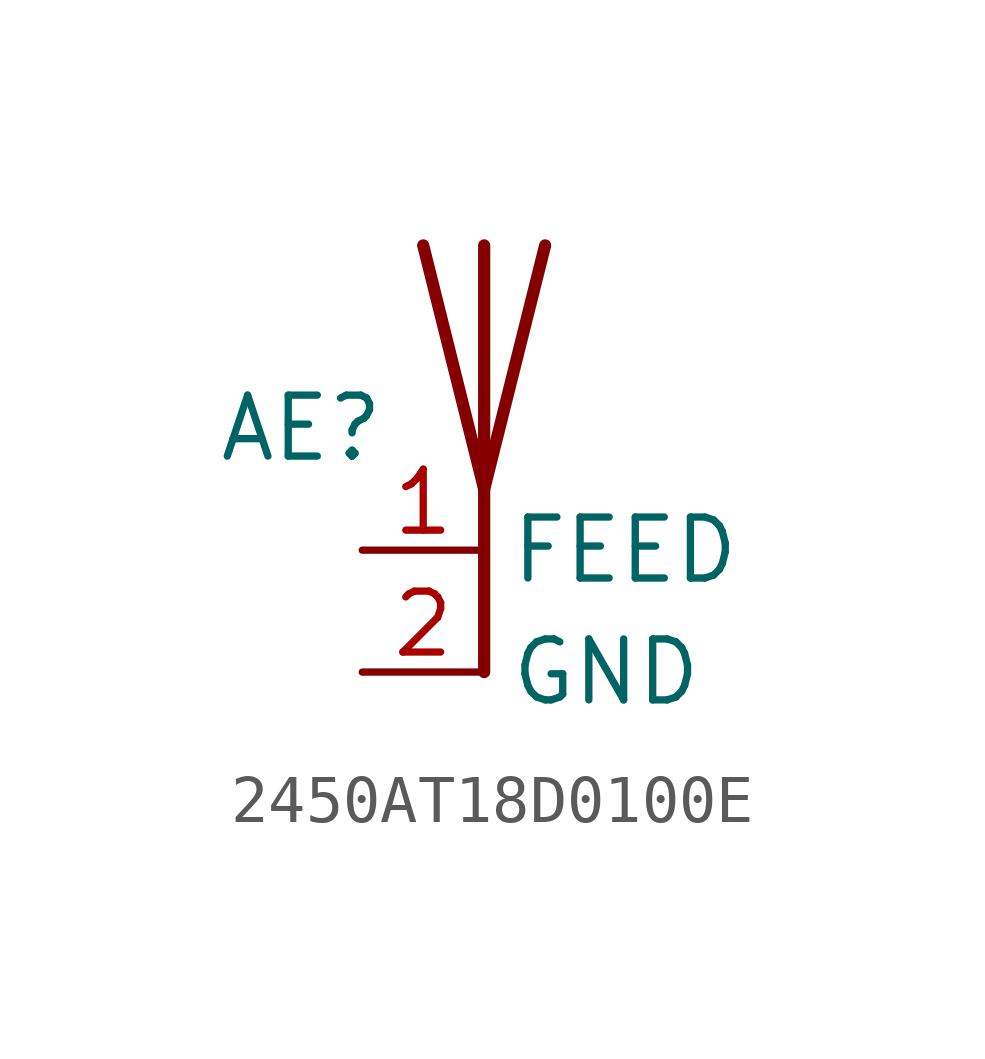
<source format=kicad_sym>
(kicad_symbol_lib
  (version 20220914)
  (generator kicad_symbol_editor)
  (symbol "2450AT18D0100E"
    (property "Reference" "AE"
      (at -3.81 1.27 0)
      (effects (font (size 1.27 1.27))))
    (property "Value" ""
      (at -2.54 0 0)
      (effects (font (size 1.27 1.27))))
    (symbol "2450AT18D0100E_0_1"
      (polyline (pts (xy 0 5.08) (xy 0 -3.81)) (stroke (width 0.254) (type default)) (fill (type none)))
      (polyline (pts (xy 1.27 5.08) (xy 0 0) (xy -1.27 5.08)) (stroke (width 0.254) (type default)) (fill (type none))))
    (symbol "2450AT18D0100E_1_1"
      (pin input line (at -2.54 -1.27 0) (length 2.54) (name "FEED" (effects (font (size 1.27 1.27)))) (number "1" (effects (font (size 1.27 1.27)))))
      (pin input line (at -2.54 -3.81 0) (length 2.54) (name "GND" (effects (font (size 1.27 1.27)))) (number "2" (effects (font (size 1.27 1.27)))))
      (pin input line (at -2.54 -3.81 0) (length 2.54) hide (name "GND" (effects (font (size 1.27 1.27)))) (number "3" (effects (font (size 1.27 1.27)))))
      (pin input line (at -2.54 -3.81 0) (length 2.54) hide (name "GND" (effects (font (size 1.27 1.27)))) (number "4" (effects (font (size 1.27 1.27))))))))
</source>
